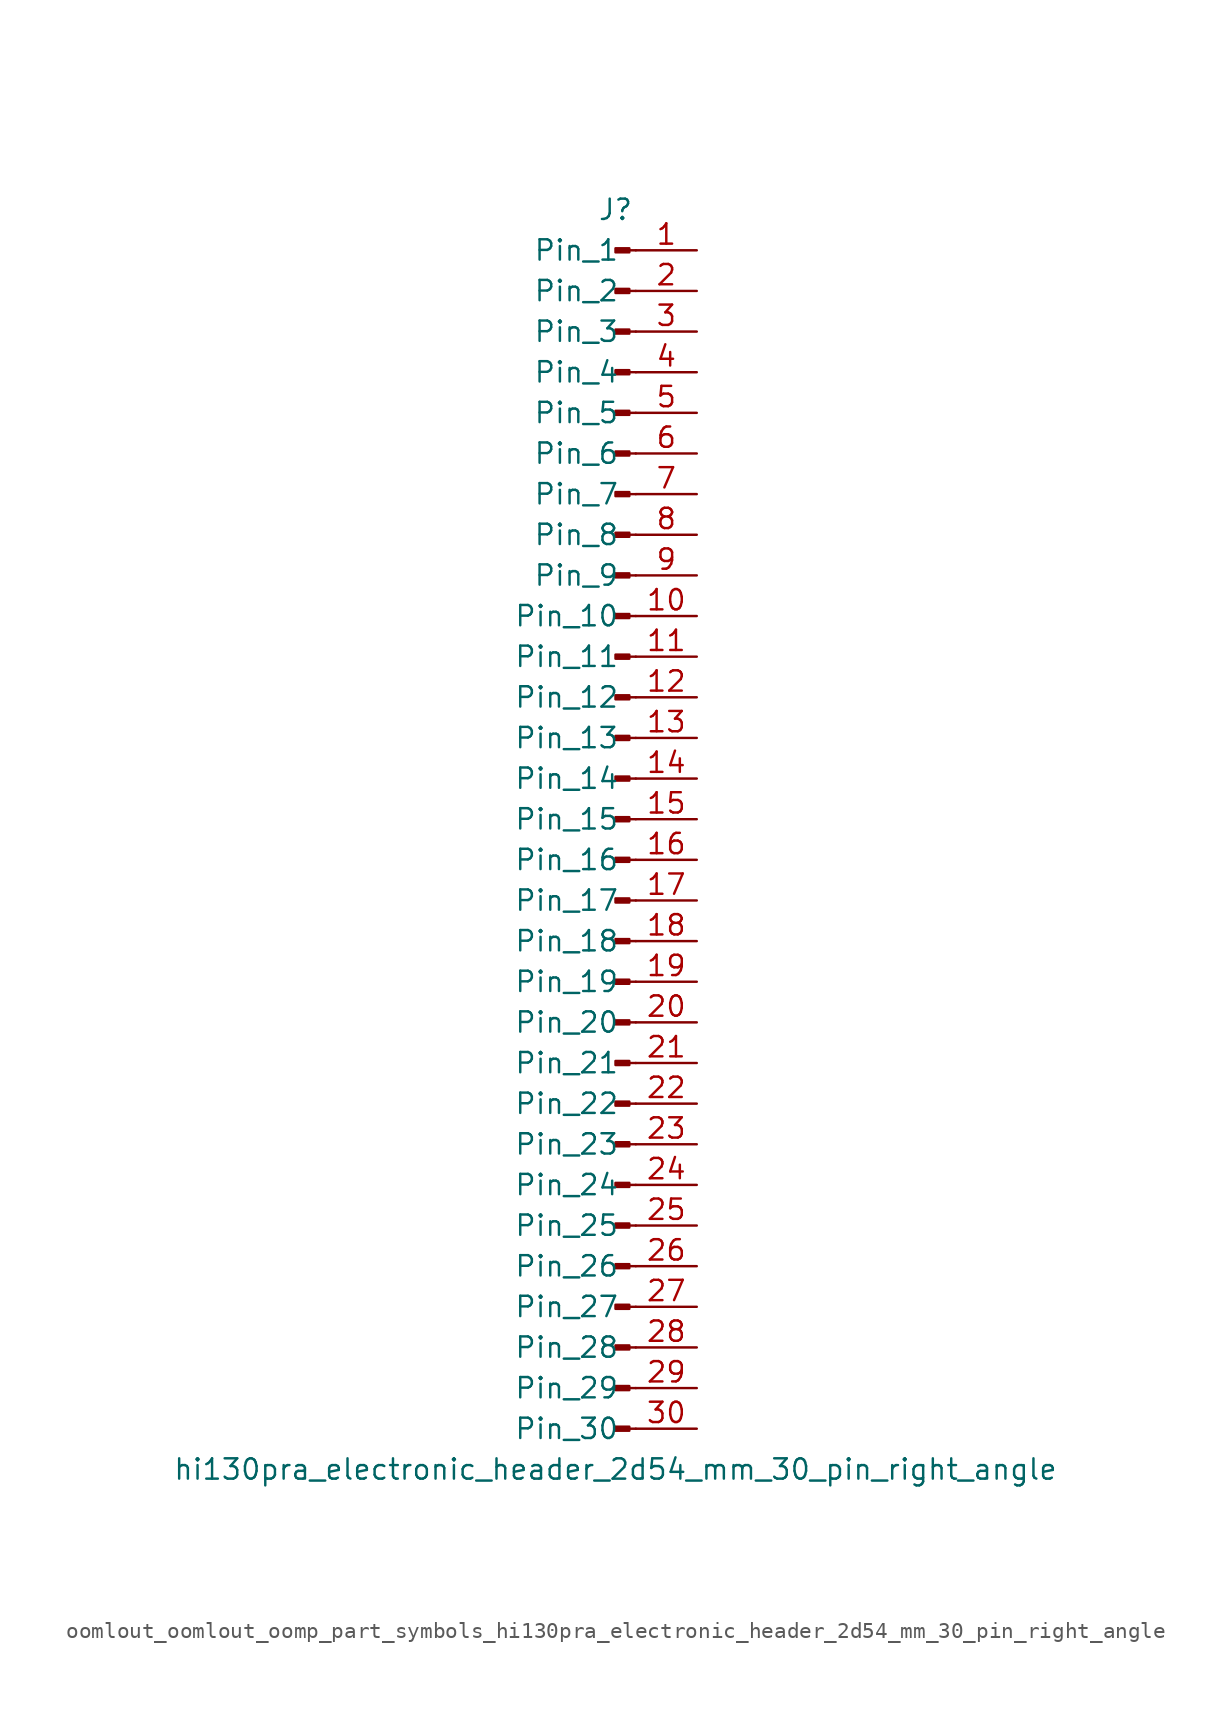
<source format=kicad_sym>
(kicad_symbol_lib
  (version 20220914)
  (generator kicad_symbol_editor)
  (symbol "oomlout_oomlout_oomp_part_symbols_hi130pra_electronic_header_2d54_mm_30_pin_right_angle"
    (pin_names
      (offset 1.016))
    (property "Reference" "J"
      (at 0 38.1 0)
      (effects (font (size 1.27 1.27))))
    (property "Value" "hi130pra_electronic_header_2d54_mm_30_pin_right_angle"
      (at 0 -40.64 0)
      (effects (font (size 1.27 1.27))))
    (property "ki_locked" ""
      (at 0 0 0)
      (effects (font (size 1.27 1.27))))
    (symbol "oomlout_oomlout_oomp_part_symbols_hi130pra_electronic_header_2d54_mm_30_pin_right_angle_1_1"
      (polyline (pts (xy 1.27 -38.1) (xy 0.864 -38.1)) (stroke (width 0.152) (type default)) (fill (type none)))
      (polyline (pts (xy 1.27 -35.56) (xy 0.864 -35.56)) (stroke (width 0.152) (type default)) (fill (type none)))
      (polyline (pts (xy 1.27 -33.02) (xy 0.864 -33.02)) (stroke (width 0.152) (type default)) (fill (type none)))
      (polyline (pts (xy 1.27 -30.48) (xy 0.864 -30.48)) (stroke (width 0.152) (type default)) (fill (type none)))
      (polyline (pts (xy 1.27 -27.94) (xy 0.864 -27.94)) (stroke (width 0.152) (type default)) (fill (type none)))
      (polyline (pts (xy 1.27 -25.4) (xy 0.864 -25.4)) (stroke (width 0.152) (type default)) (fill (type none)))
      (polyline (pts (xy 1.27 -22.86) (xy 0.864 -22.86)) (stroke (width 0.152) (type default)) (fill (type none)))
      (polyline (pts (xy 1.27 -20.32) (xy 0.864 -20.32)) (stroke (width 0.152) (type default)) (fill (type none)))
      (polyline (pts (xy 1.27 -17.78) (xy 0.864 -17.78)) (stroke (width 0.152) (type default)) (fill (type none)))
      (polyline (pts (xy 1.27 -15.24) (xy 0.864 -15.24)) (stroke (width 0.152) (type default)) (fill (type none)))
      (polyline (pts (xy 1.27 -12.7) (xy 0.864 -12.7)) (stroke (width 0.152) (type default)) (fill (type none)))
      (polyline (pts (xy 1.27 -10.16) (xy 0.864 -10.16)) (stroke (width 0.152) (type default)) (fill (type none)))
      (polyline (pts (xy 1.27 -7.62) (xy 0.864 -7.62)) (stroke (width 0.152) (type default)) (fill (type none)))
      (polyline (pts (xy 1.27 -5.08) (xy 0.864 -5.08)) (stroke (width 0.152) (type default)) (fill (type none)))
      (polyline (pts (xy 1.27 -2.54) (xy 0.864 -2.54)) (stroke (width 0.152) (type default)) (fill (type none)))
      (polyline (pts (xy 1.27 0) (xy 0.864 0)) (stroke (width 0.152) (type default)) (fill (type none)))
      (polyline (pts (xy 1.27 2.54) (xy 0.864 2.54)) (stroke (width 0.152) (type default)) (fill (type none)))
      (polyline (pts (xy 1.27 5.08) (xy 0.864 5.08)) (stroke (width 0.152) (type default)) (fill (type none)))
      (polyline (pts (xy 1.27 7.62) (xy 0.864 7.62)) (stroke (width 0.152) (type default)) (fill (type none)))
      (polyline (pts (xy 1.27 10.16) (xy 0.864 10.16)) (stroke (width 0.152) (type default)) (fill (type none)))
      (polyline (pts (xy 1.27 12.7) (xy 0.864 12.7)) (stroke (width 0.152) (type default)) (fill (type none)))
      (polyline (pts (xy 1.27 15.24) (xy 0.864 15.24)) (stroke (width 0.152) (type default)) (fill (type none)))
      (polyline (pts (xy 1.27 17.78) (xy 0.864 17.78)) (stroke (width 0.152) (type default)) (fill (type none)))
      (polyline (pts (xy 1.27 20.32) (xy 0.864 20.32)) (stroke (width 0.152) (type default)) (fill (type none)))
      (polyline (pts (xy 1.27 22.86) (xy 0.864 22.86)) (stroke (width 0.152) (type default)) (fill (type none)))
      (polyline (pts (xy 1.27 25.4) (xy 0.864 25.4)) (stroke (width 0.152) (type default)) (fill (type none)))
      (polyline (pts (xy 1.27 27.94) (xy 0.864 27.94)) (stroke (width 0.152) (type default)) (fill (type none)))
      (polyline (pts (xy 1.27 30.48) (xy 0.864 30.48)) (stroke (width 0.152) (type default)) (fill (type none)))
      (polyline (pts (xy 1.27 33.02) (xy 0.864 33.02)) (stroke (width 0.152) (type default)) (fill (type none)))
      (polyline (pts (xy 1.27 35.56) (xy 0.864 35.56)) (stroke (width 0.152) (type default)) (fill (type none)))
      (rectangle (start 0.864 -37.973) (end 0 -38.227) (stroke (width 0.152) (type default)) (fill (type outline)))
      (rectangle (start 0.864 -35.433) (end 0 -35.687) (stroke (width 0.152) (type default)) (fill (type outline)))
      (rectangle (start 0.864 -32.893) (end 0 -33.147) (stroke (width 0.152) (type default)) (fill (type outline)))
      (rectangle (start 0.864 -30.353) (end 0 -30.607) (stroke (width 0.152) (type default)) (fill (type outline)))
      (rectangle (start 0.864 -27.813) (end 0 -28.067) (stroke (width 0.152) (type default)) (fill (type outline)))
      (rectangle (start 0.864 -25.273) (end 0 -25.527) (stroke (width 0.152) (type default)) (fill (type outline)))
      (rectangle (start 0.864 -22.733) (end 0 -22.987) (stroke (width 0.152) (type default)) (fill (type outline)))
      (rectangle (start 0.864 -20.193) (end 0 -20.447) (stroke (width 0.152) (type default)) (fill (type outline)))
      (rectangle (start 0.864 -17.653) (end 0 -17.907) (stroke (width 0.152) (type default)) (fill (type outline)))
      (rectangle (start 0.864 -15.113) (end 0 -15.367) (stroke (width 0.152) (type default)) (fill (type outline)))
      (rectangle (start 0.864 -12.573) (end 0 -12.827) (stroke (width 0.152) (type default)) (fill (type outline)))
      (rectangle (start 0.864 -10.033) (end 0 -10.287) (stroke (width 0.152) (type default)) (fill (type outline)))
      (rectangle (start 0.864 -7.493) (end 0 -7.747) (stroke (width 0.152) (type default)) (fill (type outline)))
      (rectangle (start 0.864 -4.953) (end 0 -5.207) (stroke (width 0.152) (type default)) (fill (type outline)))
      (rectangle (start 0.864 -2.413) (end 0 -2.667) (stroke (width 0.152) (type default)) (fill (type outline)))
      (rectangle (start 0.864 0.127) (end 0 -0.127) (stroke (width 0.152) (type default)) (fill (type outline)))
      (rectangle (start 0.864 2.667) (end 0 2.413) (stroke (width 0.152) (type default)) (fill (type outline)))
      (rectangle (start 0.864 5.207) (end 0 4.953) (stroke (width 0.152) (type default)) (fill (type outline)))
      (rectangle (start 0.864 7.747) (end 0 7.493) (stroke (width 0.152) (type default)) (fill (type outline)))
      (rectangle (start 0.864 10.287) (end 0 10.033) (stroke (width 0.152) (type default)) (fill (type outline)))
      (rectangle (start 0.864 12.827) (end 0 12.573) (stroke (width 0.152) (type default)) (fill (type outline)))
      (rectangle (start 0.864 15.367) (end 0 15.113) (stroke (width 0.152) (type default)) (fill (type outline)))
      (rectangle (start 0.864 17.907) (end 0 17.653) (stroke (width 0.152) (type default)) (fill (type outline)))
      (rectangle (start 0.864 20.447) (end 0 20.193) (stroke (width 0.152) (type default)) (fill (type outline)))
      (rectangle (start 0.864 22.987) (end 0 22.733) (stroke (width 0.152) (type default)) (fill (type outline)))
      (rectangle (start 0.864 25.527) (end 0 25.273) (stroke (width 0.152) (type default)) (fill (type outline)))
      (rectangle (start 0.864 28.067) (end 0 27.813) (stroke (width 0.152) (type default)) (fill (type outline)))
      (rectangle (start 0.864 30.607) (end 0 30.353) (stroke (width 0.152) (type default)) (fill (type outline)))
      (rectangle (start 0.864 33.147) (end 0 32.893) (stroke (width 0.152) (type default)) (fill (type outline)))
      (rectangle (start 0.864 35.687) (end 0 35.433) (stroke (width 0.152) (type default)) (fill (type outline)))
      (pin passive line (at 5.08 35.56 180) (length 3.81) (name "Pin_1" (effects (font (size 1.27 1.27)))) (number "1" (effects (font (size 1.27 1.27)))))
      (pin passive line (at 5.08 12.7 180) (length 3.81) (name "Pin_10" (effects (font (size 1.27 1.27)))) (number "10" (effects (font (size 1.27 1.27)))))
      (pin passive line (at 5.08 10.16 180) (length 3.81) (name "Pin_11" (effects (font (size 1.27 1.27)))) (number "11" (effects (font (size 1.27 1.27)))))
      (pin passive line (at 5.08 7.62 180) (length 3.81) (name "Pin_12" (effects (font (size 1.27 1.27)))) (number "12" (effects (font (size 1.27 1.27)))))
      (pin passive line (at 5.08 5.08 180) (length 3.81) (name "Pin_13" (effects (font (size 1.27 1.27)))) (number "13" (effects (font (size 1.27 1.27)))))
      (pin passive line (at 5.08 2.54 180) (length 3.81) (name "Pin_14" (effects (font (size 1.27 1.27)))) (number "14" (effects (font (size 1.27 1.27)))))
      (pin passive line (at 5.08 0 180) (length 3.81) (name "Pin_15" (effects (font (size 1.27 1.27)))) (number "15" (effects (font (size 1.27 1.27)))))
      (pin passive line (at 5.08 -2.54 180) (length 3.81) (name "Pin_16" (effects (font (size 1.27 1.27)))) (number "16" (effects (font (size 1.27 1.27)))))
      (pin passive line (at 5.08 -5.08 180) (length 3.81) (name "Pin_17" (effects (font (size 1.27 1.27)))) (number "17" (effects (font (size 1.27 1.27)))))
      (pin passive line (at 5.08 -7.62 180) (length 3.81) (name "Pin_18" (effects (font (size 1.27 1.27)))) (number "18" (effects (font (size 1.27 1.27)))))
      (pin passive line (at 5.08 -10.16 180) (length 3.81) (name "Pin_19" (effects (font (size 1.27 1.27)))) (number "19" (effects (font (size 1.27 1.27)))))
      (pin passive line (at 5.08 33.02 180) (length 3.81) (name "Pin_2" (effects (font (size 1.27 1.27)))) (number "2" (effects (font (size 1.27 1.27)))))
      (pin passive line (at 5.08 -12.7 180) (length 3.81) (name "Pin_20" (effects (font (size 1.27 1.27)))) (number "20" (effects (font (size 1.27 1.27)))))
      (pin passive line (at 5.08 -15.24 180) (length 3.81) (name "Pin_21" (effects (font (size 1.27 1.27)))) (number "21" (effects (font (size 1.27 1.27)))))
      (pin passive line (at 5.08 -17.78 180) (length 3.81) (name "Pin_22" (effects (font (size 1.27 1.27)))) (number "22" (effects (font (size 1.27 1.27)))))
      (pin passive line (at 5.08 -20.32 180) (length 3.81) (name "Pin_23" (effects (font (size 1.27 1.27)))) (number "23" (effects (font (size 1.27 1.27)))))
      (pin passive line (at 5.08 -22.86 180) (length 3.81) (name "Pin_24" (effects (font (size 1.27 1.27)))) (number "24" (effects (font (size 1.27 1.27)))))
      (pin passive line (at 5.08 -25.4 180) (length 3.81) (name "Pin_25" (effects (font (size 1.27 1.27)))) (number "25" (effects (font (size 1.27 1.27)))))
      (pin passive line (at 5.08 -27.94 180) (length 3.81) (name "Pin_26" (effects (font (size 1.27 1.27)))) (number "26" (effects (font (size 1.27 1.27)))))
      (pin passive line (at 5.08 -30.48 180) (length 3.81) (name "Pin_27" (effects (font (size 1.27 1.27)))) (number "27" (effects (font (size 1.27 1.27)))))
      (pin passive line (at 5.08 -33.02 180) (length 3.81) (name "Pin_28" (effects (font (size 1.27 1.27)))) (number "28" (effects (font (size 1.27 1.27)))))
      (pin passive line (at 5.08 -35.56 180) (length 3.81) (name "Pin_29" (effects (font (size 1.27 1.27)))) (number "29" (effects (font (size 1.27 1.27)))))
      (pin passive line (at 5.08 30.48 180) (length 3.81) (name "Pin_3" (effects (font (size 1.27 1.27)))) (number "3" (effects (font (size 1.27 1.27)))))
      (pin passive line (at 5.08 -38.1 180) (length 3.81) (name "Pin_30" (effects (font (size 1.27 1.27)))) (number "30" (effects (font (size 1.27 1.27)))))
      (pin passive line (at 5.08 27.94 180) (length 3.81) (name "Pin_4" (effects (font (size 1.27 1.27)))) (number "4" (effects (font (size 1.27 1.27)))))
      (pin passive line (at 5.08 25.4 180) (length 3.81) (name "Pin_5" (effects (font (size 1.27 1.27)))) (number "5" (effects (font (size 1.27 1.27)))))
      (pin passive line (at 5.08 22.86 180) (length 3.81) (name "Pin_6" (effects (font (size 1.27 1.27)))) (number "6" (effects (font (size 1.27 1.27)))))
      (pin passive line (at 5.08 20.32 180) (length 3.81) (name "Pin_7" (effects (font (size 1.27 1.27)))) (number "7" (effects (font (size 1.27 1.27)))))
      (pin passive line (at 5.08 17.78 180) (length 3.81) (name "Pin_8" (effects (font (size 1.27 1.27)))) (number "8" (effects (font (size 1.27 1.27)))))
      (pin passive line (at 5.08 15.24 180) (length 3.81) (name "Pin_9" (effects (font (size 1.27 1.27)))) (number "9" (effects (font (size 1.27 1.27))))))))
</source>
